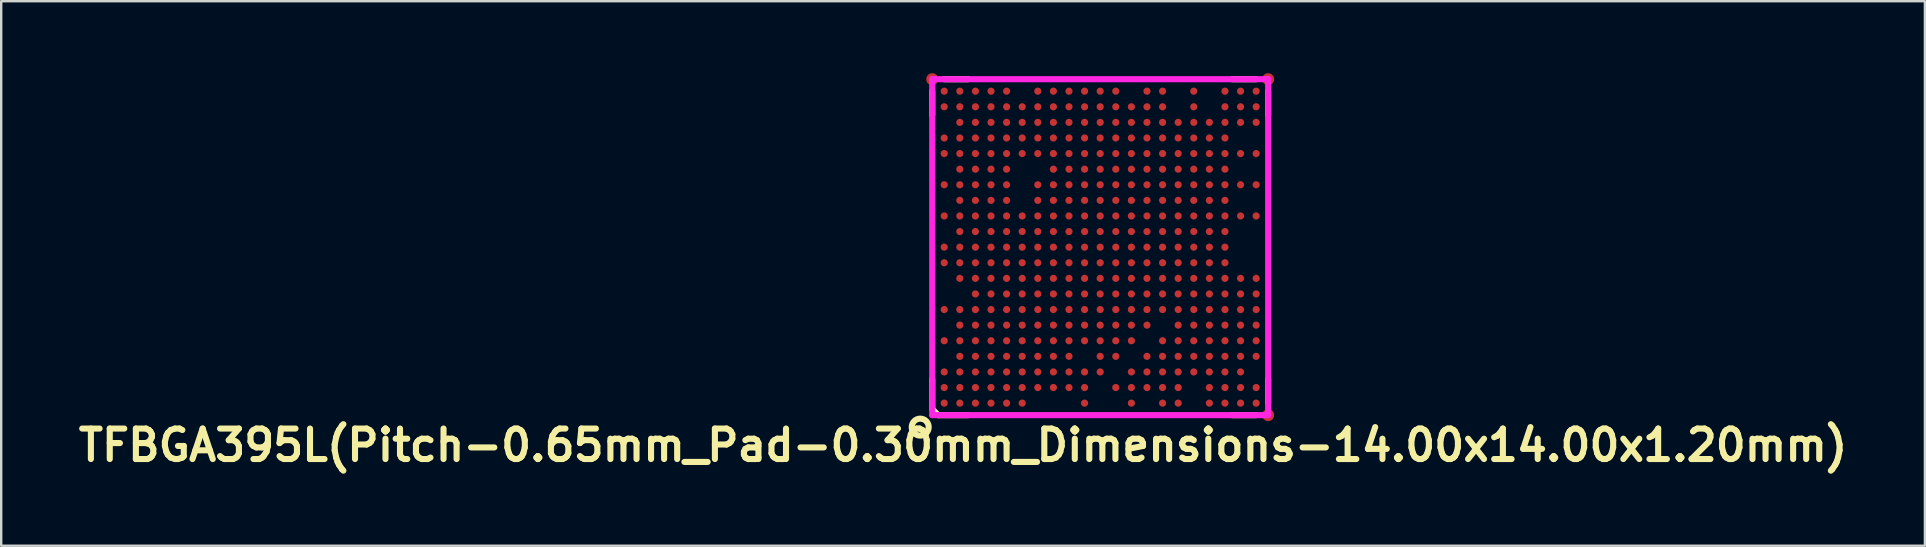
<source format=kicad_pcb>
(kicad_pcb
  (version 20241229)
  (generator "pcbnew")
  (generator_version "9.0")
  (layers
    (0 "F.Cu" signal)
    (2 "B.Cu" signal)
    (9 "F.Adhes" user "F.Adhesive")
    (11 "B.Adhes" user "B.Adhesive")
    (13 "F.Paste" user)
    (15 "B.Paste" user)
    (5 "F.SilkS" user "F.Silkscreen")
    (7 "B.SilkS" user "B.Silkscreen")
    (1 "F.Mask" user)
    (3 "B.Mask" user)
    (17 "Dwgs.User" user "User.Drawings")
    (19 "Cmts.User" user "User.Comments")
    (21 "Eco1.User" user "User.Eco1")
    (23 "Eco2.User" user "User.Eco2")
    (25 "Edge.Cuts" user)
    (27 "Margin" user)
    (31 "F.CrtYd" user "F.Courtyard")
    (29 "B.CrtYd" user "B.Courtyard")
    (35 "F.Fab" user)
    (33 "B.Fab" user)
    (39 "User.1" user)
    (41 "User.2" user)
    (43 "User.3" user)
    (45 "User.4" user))
  (footprint "TFBGA395L(Pitch-0.65mm_Pad-0.30mm_Dimensions-14.00x14.00x1.20mm)"
    (layer "F.Cu")
    (at 42.799 7.25)
    (property "Reference" "TFBGA395L(Pitch-0.65mm_Pad-0.30mm_Dimensions-14.00x14.00x1.20mm)" (at -5.715 8.255 0) (layer "F.SilkS") (effects (font (size 1.27 1.27) (thickness 0.254))))
    (attr smd)
    (fp_line (start -7 -6.5) (end -7 -5.5) (stroke (width 0.254) (type solid)) (layer "F.SilkS"))
    (fp_line (start -7 5.5) (end -7 6.75) (stroke (width 0.254) (type solid)) (layer "F.SilkS"))
    (fp_line (start -7 6.75) (end -6.75 7) (stroke (width 0.254) (type solid)) (layer "F.SilkS"))
    (fp_line (start -6.75 7) (end -5.5 7) (stroke (width 0.254) (type solid)) (layer "F.SilkS"))
    (fp_line (start -6.5 -7) (end -5.5 -7) (stroke (width 0.254) (type solid)) (layer "F.SilkS"))
    (fp_line (start 5.5 -7) (end 6.5 -7) (stroke (width 0.254) (type solid)) (layer "F.SilkS"))
    (fp_line (start 5.5 7) (end 6.5 7) (stroke (width 0.254) (type solid)) (layer "F.SilkS"))
    (fp_line (start 7 -6.5) (end 7 -5.5) (stroke (width 0.254) (type solid)) (layer "F.SilkS"))
    (fp_line (start 7 6.5) (end 7 5.5) (stroke (width 0.254) (type solid)) (layer "F.SilkS"))
    (fp_circle (center -7.5 7.5) (end -7.25 7.75) (stroke (width 0.254) (type solid)) (fill no) (layer "F.SilkS"))
    (fp_line (start -7 -7) (end 7 -7) (stroke (width 0.254) (type solid)) (layer "F.CrtYd"))
    (fp_line (start -7 7) (end -7 -7) (stroke (width 0.254) (type solid)) (layer "F.CrtYd"))
    (fp_line (start 7 -7) (end 7 7) (stroke (width 0.254) (type solid)) (layer "F.CrtYd"))
    (fp_line (start 7 7) (end -7 7) (stroke (width 0.254) (type solid)) (layer "F.CrtYd"))
    (pad "" smd rect (at -6.5 -6.5) (size 0.33 0.33) (layers "F.Paste"))
    (pad "" smd rect (at -6.5 -5.85) (size 0.33 0.33) (layers "F.Paste"))
    (pad "" smd rect (at -6.5 -4.55) (size 0.33 0.33) (layers "F.Paste"))
    (pad "" smd rect (at -6.5 -3.9) (size 0.33 0.33) (layers "F.Paste"))
    (pad "" smd rect (at -6.5 -2.6) (size 0.33 0.33) (layers "F.Paste"))
    (pad "" smd rect (at -6.5 -1.3) (size 0.33 0.33) (layers "F.Paste"))
    (pad "" smd rect (at -6.5 0) (size 0.33 0.33) (layers "F.Paste"))
    (pad "" smd rect (at -6.5 0.65) (size 0.33 0.33) (layers "F.Paste"))
    (pad "" smd rect (at -6.5 2.6) (size 0.33 0.33) (layers "F.Paste"))
    (pad "" smd rect (at -6.5 3.9) (size 0.33 0.33) (layers "F.Paste"))
    (pad "" smd rect (at -6.5 5.2) (size 0.33 0.33) (layers "F.Paste"))
    (pad "" smd rect (at -6.5 5.85) (size 0.33 0.33) (layers "F.Paste"))
    (pad "" smd rect (at -6.5 6.5) (size 0.33 0.33) (layers "F.Paste"))
    (pad "" smd rect (at -5.85 -6.5) (size 0.33 0.33) (layers "F.Paste"))
    (pad "" smd rect (at -5.85 -5.85) (size 0.33 0.33) (layers "F.Paste"))
    (pad "" smd rect (at -5.85 -5.2) (size 0.33 0.33) (layers "F.Paste"))
    (pad "" smd rect (at -5.85 -4.55) (size 0.33 0.33) (layers "F.Paste"))
    (pad "" smd rect (at -5.85 -3.9) (size 0.33 0.33) (layers "F.Paste"))
    (pad "" smd rect (at -5.85 -3.25) (size 0.33 0.33) (layers "F.Paste"))
    (pad "" smd rect (at -5.85 -2.6) (size 0.33 0.33) (layers "F.Paste"))
    (pad "" smd rect (at -5.85 -1.95) (size 0.33 0.33) (layers "F.Paste"))
    (pad "" smd rect (at -5.85 -1.3) (size 0.33 0.33) (layers "F.Paste"))
    (pad "" smd rect (at -5.85 -0.65) (size 0.33 0.33) (layers "F.Paste"))
    (pad "" smd rect (at -5.85 0) (size 0.33 0.33) (layers "F.Paste"))
    (pad "" smd rect (at -5.85 0.65) (size 0.33 0.33) (layers "F.Paste"))
    (pad "" smd rect (at -5.85 1.3) (size 0.33 0.33) (layers "F.Paste"))
    (pad "" smd rect (at -5.85 2.6) (size 0.33 0.33) (layers "F.Paste"))
    (pad "" smd rect (at -5.85 3.25) (size 0.33 0.33) (layers "F.Paste"))
    (pad "" smd rect (at -5.85 3.9) (size 0.33 0.33) (layers "F.Paste"))
    (pad "" smd rect (at -5.85 4.55) (size 0.33 0.33) (layers "F.Paste"))
    (pad "" smd rect (at -5.85 5.2) (size 0.33 0.33) (layers "F.Paste"))
    (pad "" smd rect (at -5.85 5.85) (size 0.33 0.33) (layers "F.Paste"))
    (pad "" smd rect (at -5.85 6.5) (size 0.33 0.33) (layers "F.Paste"))
    (pad "" smd rect (at -5.2 -6.5) (size 0.33 0.33) (layers "F.Paste"))
    (pad "" smd rect (at -5.2 -5.85) (size 0.33 0.33) (layers "F.Paste"))
    (pad "" smd rect (at -5.2 -5.2) (size 0.33 0.33) (layers "F.Paste"))
    (pad "" smd rect (at -5.2 -4.55) (size 0.33 0.33) (layers "F.Paste"))
    (pad "" smd rect (at -5.2 -3.9) (size 0.33 0.33) (layers "F.Paste"))
    (pad "" smd rect (at -5.2 -3.25) (size 0.33 0.33) (layers "F.Paste"))
    (pad "" smd rect (at -5.2 -2.6) (size 0.33 0.33) (layers "F.Paste"))
    (pad "" smd rect (at -5.2 -1.95) (size 0.33 0.33) (layers "F.Paste"))
    (pad "" smd rect (at -5.2 -1.3) (size 0.33 0.33) (layers "F.Paste"))
    (pad "" smd rect (at -5.2 -0.65) (size 0.33 0.33) (layers "F.Paste"))
    (pad "" smd rect (at -5.2 0) (size 0.33 0.33) (layers "F.Paste"))
    (pad "" smd rect (at -5.2 0.65) (size 0.33 0.33) (layers "F.Paste"))
    (pad "" smd rect (at -5.2 1.3) (size 0.33 0.33) (layers "F.Paste"))
    (pad "" smd rect (at -5.2 1.95) (size 0.33 0.33) (layers "F.Paste"))
    (pad "" smd rect (at -5.2 2.6) (size 0.33 0.33) (layers "F.Paste"))
    (pad "" smd rect (at -5.2 3.25) (size 0.33 0.33) (layers "F.Paste"))
    (pad "" smd rect (at -5.2 3.9) (size 0.33 0.33) (layers "F.Paste"))
    (pad "" smd rect (at -5.2 4.55) (size 0.33 0.33) (layers "F.Paste"))
    (pad "" smd rect (at -5.2 5.2) (size 0.33 0.33) (layers "F.Paste"))
    (pad "" smd rect (at -5.2 5.85) (size 0.33 0.33) (layers "F.Paste"))
    (pad "" smd rect (at -5.2 6.5) (size 0.33 0.33) (layers "F.Paste"))
    (pad "" smd rect (at -4.55 -6.5) (size 0.33 0.33) (layers "F.Paste"))
    (pad "" smd rect (at -4.55 -5.85) (size 0.33 0.33) (layers "F.Paste"))
    (pad "" smd rect (at -4.55 -5.2) (size 0.33 0.33) (layers "F.Paste"))
    (pad "" smd rect (at -4.55 -4.55) (size 0.33 0.33) (layers "F.Paste"))
    (pad "" smd rect (at -4.55 -3.9) (size 0.33 0.33) (layers "F.Paste"))
    (pad "" smd rect (at -4.55 -3.25) (size 0.33 0.33) (layers "F.Paste"))
    (pad "" smd rect (at -4.55 -2.6) (size 0.33 0.33) (layers "F.Paste"))
    (pad "" smd rect (at -4.55 -1.95) (size 0.33 0.33) (layers "F.Paste"))
    (pad "" smd rect (at -4.55 -1.3) (size 0.33 0.33) (layers "F.Paste"))
    (pad "" smd rect (at -4.55 -0.65) (size 0.33 0.33) (layers "F.Paste"))
    (pad "" smd rect (at -4.55 0) (size 0.33 0.33) (layers "F.Paste"))
    (pad "" smd rect (at -4.55 0.65) (size 0.33 0.33) (layers "F.Paste"))
    (pad "" smd rect (at -4.55 1.3) (size 0.33 0.33) (layers "F.Paste"))
    (pad "" smd rect (at -4.55 1.95) (size 0.33 0.33) (layers "F.Paste"))
    (pad "" smd rect (at -4.55 2.6) (size 0.33 0.33) (layers "F.Paste"))
    (pad "" smd rect (at -4.55 3.25) (size 0.33 0.33) (layers "F.Paste"))
    (pad "" smd rect (at -4.55 3.9) (size 0.33 0.33) (layers "F.Paste"))
    (pad "" smd rect (at -4.55 4.55) (size 0.33 0.33) (layers "F.Paste"))
    (pad "" smd rect (at -4.55 5.2) (size 0.33 0.33) (layers "F.Paste"))
    (pad "" smd rect (at -4.55 5.85) (size 0.33 0.33) (layers "F.Paste"))
    (pad "" smd rect (at -4.55 6.5) (size 0.33 0.33) (layers "F.Paste"))
    (pad "" smd rect (at -3.9 -6.5) (size 0.33 0.33) (layers "F.Paste"))
    (pad "" smd rect (at -3.9 -5.85) (size 0.33 0.33) (layers "F.Paste"))
    (pad "" smd rect (at -3.9 -5.2) (size 0.33 0.33) (layers "F.Paste"))
    (pad "" smd rect (at -3.9 -4.55) (size 0.33 0.33) (layers "F.Paste"))
    (pad "" smd rect (at -3.9 -3.9) (size 0.33 0.33) (layers "F.Paste"))
    (pad "" smd rect (at -3.9 -3.25) (size 0.33 0.33) (layers "F.Paste"))
    (pad "" smd rect (at -3.9 -2.6) (size 0.33 0.33) (layers "F.Paste"))
    (pad "" smd rect (at -3.9 -1.95) (size 0.33 0.33) (layers "F.Paste"))
    (pad "" smd rect (at -3.9 -1.3) (size 0.33 0.33) (layers "F.Paste"))
    (pad "" smd rect (at -3.9 -0.65) (size 0.33 0.33) (layers "F.Paste"))
    (pad "" smd rect (at -3.9 0) (size 0.33 0.33) (layers "F.Paste"))
    (pad "" smd rect (at -3.9 0.65) (size 0.33 0.33) (layers "F.Paste"))
    (pad "" smd rect (at -3.9 1.3) (size 0.33 0.33) (layers "F.Paste"))
    (pad "" smd rect (at -3.9 1.95) (size 0.33 0.33) (layers "F.Paste"))
    (pad "" smd rect (at -3.9 2.6) (size 0.33 0.33) (layers "F.Paste"))
    (pad "" smd rect (at -3.9 3.25) (size 0.33 0.33) (layers "F.Paste"))
    (pad "" smd rect (at -3.9 3.9) (size 0.33 0.33) (layers "F.Paste"))
    (pad "" smd rect (at -3.9 4.55) (size 0.33 0.33) (layers "F.Paste"))
    (pad "" smd rect (at -3.9 5.2) (size 0.33 0.33) (layers "F.Paste"))
    (pad "" smd rect (at -3.9 5.85) (size 0.33 0.33) (layers "F.Paste"))
    (pad "" smd rect (at -3.9 6.5) (size 0.33 0.33) (layers "F.Paste"))
    (pad "" smd rect (at -3.25 -5.85) (size 0.33 0.33) (layers "F.Paste"))
    (pad "" smd rect (at -3.25 -5.2) (size 0.33 0.33) (layers "F.Paste"))
    (pad "" smd rect (at -3.25 -4.55) (size 0.33 0.33) (layers "F.Paste"))
    (pad "" smd rect (at -3.25 -3.9) (size 0.33 0.33) (layers "F.Paste"))
    (pad "" smd rect (at -3.25 -1.3) (size 0.33 0.33) (layers "F.Paste"))
    (pad "" smd rect (at -3.25 -0.65) (size 0.33 0.33) (layers "F.Paste"))
    (pad "" smd rect (at -3.25 0) (size 0.33 0.33) (layers "F.Paste"))
    (pad "" smd rect (at -3.25 0.65) (size 0.33 0.33) (layers "F.Paste"))
    (pad "" smd rect (at -3.25 1.3) (size 0.33 0.33) (layers "F.Paste"))
    (pad "" smd rect (at -3.25 1.95) (size 0.33 0.33) (layers "F.Paste"))
    (pad "" smd rect (at -3.25 2.6) (size 0.33 0.33) (layers "F.Paste"))
    (pad "" smd rect (at -3.25 3.25) (size 0.33 0.33) (layers "F.Paste"))
    (pad "" smd rect (at -3.25 3.9) (size 0.33 0.33) (layers "F.Paste"))
    (pad "" smd rect (at -3.25 4.55) (size 0.33 0.33) (layers "F.Paste"))
    (pad "" smd rect (at -3.25 5.2) (size 0.33 0.33) (layers "F.Paste"))
    (pad "" smd rect (at -3.25 5.85) (size 0.33 0.33) (layers "F.Paste"))
    (pad "" smd rect (at -3.25 6.5) (size 0.33 0.33) (layers "F.Paste"))
    (pad "" smd rect (at -2.6 -6.5) (size 0.33 0.33) (layers "F.Paste"))
    (pad "" smd rect (at -2.6 -5.85) (size 0.33 0.33) (layers "F.Paste"))
    (pad "" smd rect (at -2.6 -5.2) (size 0.33 0.33) (layers "F.Paste"))
    (pad "" smd rect (at -2.6 -4.55) (size 0.33 0.33) (layers "F.Paste"))
    (pad "" smd rect (at -2.6 -3.9) (size 0.33 0.33) (layers "F.Paste"))
    (pad "" smd rect (at -2.6 -2.6) (size 0.33 0.33) (layers "F.Paste"))
    (pad "" smd rect (at -2.6 -1.95) (size 0.33 0.33) (layers "F.Paste"))
    (pad "" smd rect (at -2.6 -1.3) (size 0.33 0.33) (layers "F.Paste"))
    (pad "" smd rect (at -2.6 -0.65) (size 0.33 0.33) (layers "F.Paste"))
    (pad "" smd rect (at -2.6 0) (size 0.33 0.33) (layers "F.Paste"))
    (pad "" smd rect (at -2.6 0.65) (size 0.33 0.33) (layers "F.Paste"))
    (pad "" smd rect (at -2.6 1.3) (size 0.33 0.33) (layers "F.Paste"))
    (pad "" smd rect (at -2.6 1.95) (size 0.33 0.33) (layers "F.Paste"))
    (pad "" smd rect (at -2.6 2.6) (size 0.33 0.33) (layers "F.Paste"))
    (pad "" smd rect (at -2.6 3.25) (size 0.33 0.33) (layers "F.Paste"))
    (pad "" smd rect (at -2.6 3.9) (size 0.33 0.33) (layers "F.Paste"))
    (pad "" smd rect (at -2.6 4.55) (size 0.33 0.33) (layers "F.Paste"))
    (pad "" smd rect (at -2.6 5.2) (size 0.33 0.33) (layers "F.Paste"))
    (pad "" smd rect (at -2.6 5.85) (size 0.33 0.33) (layers "F.Paste"))
    (pad "" smd rect (at -1.95 -6.5) (size 0.33 0.33) (layers "F.Paste"))
    (pad "" smd rect (at -1.95 -5.85) (size 0.33 0.33) (layers "F.Paste"))
    (pad "" smd rect (at -1.95 -5.2) (size 0.33 0.33) (layers "F.Paste"))
    (pad "" smd rect (at -1.95 -4.55) (size 0.33 0.33) (layers "F.Paste"))
    (pad "" smd rect (at -1.95 -3.9) (size 0.33 0.33) (layers "F.Paste"))
    (pad "" smd rect (at -1.95 -3.25) (size 0.33 0.33) (layers "F.Paste"))
    (pad "" smd rect (at -1.95 -2.6) (size 0.33 0.33) (layers "F.Paste"))
    (pad "" smd rect (at -1.95 -1.95) (size 0.33 0.33) (layers "F.Paste"))
    (pad "" smd rect (at -1.95 -1.3) (size 0.33 0.33) (layers "F.Paste"))
    (pad "" smd rect (at -1.95 -0.65) (size 0.33 0.33) (layers "F.Paste"))
    (pad "" smd rect (at -1.95 0) (size 0.33 0.33) (layers "F.Paste"))
    (pad "" smd rect (at -1.95 0.65) (size 0.33 0.33) (layers "F.Paste"))
    (pad "" smd rect (at -1.95 1.3) (size 0.33 0.33) (layers "F.Paste"))
    (pad "" smd rect (at -1.95 1.95) (size 0.33 0.33) (layers "F.Paste"))
    (pad "" smd rect (at -1.95 2.6) (size 0.33 0.33) (layers "F.Paste"))
    (pad "" smd rect (at -1.95 3.25) (size 0.33 0.33) (layers "F.Paste"))
    (pad "" smd rect (at -1.95 3.9) (size 0.33 0.33) (layers "F.Paste"))
    (pad "" smd rect (at -1.95 4.55) (size 0.33 0.33) (layers "F.Paste"))
    (pad "" smd rect (at -1.95 5.2) (size 0.33 0.33) (layers "F.Paste"))
    (pad "" smd rect (at -1.95 5.85) (size 0.33 0.33) (layers "F.Paste"))
    (pad "" smd rect (at -1.3 -6.5) (size 0.33 0.33) (layers "F.Paste"))
    (pad "" smd rect (at -1.3 -5.85) (size 0.33 0.33) (layers "F.Paste"))
    (pad "" smd rect (at -1.3 -5.2) (size 0.33 0.33) (layers "F.Paste"))
    (pad "" smd rect (at -1.3 -4.55) (size 0.33 0.33) (layers "F.Paste"))
    (pad "" smd rect (at -1.3 -3.9) (size 0.33 0.33) (layers "F.Paste"))
    (pad "" smd rect (at -1.3 -3.25) (size 0.33 0.33) (layers "F.Paste"))
    (pad "" smd rect (at -1.3 -2.6) (size 0.33 0.33) (layers "F.Paste"))
    (pad "" smd rect (at -1.3 -1.95) (size 0.33 0.33) (layers "F.Paste"))
    (pad "" smd rect (at -1.3 -1.3) (size 0.33 0.33) (layers "F.Paste"))
    (pad "" smd rect (at -1.3 -0.65) (size 0.33 0.33) (layers "F.Paste"))
    (pad "" smd rect (at -1.3 0) (size 0.33 0.33) (layers "F.Paste"))
    (pad "" smd rect (at -1.3 0.65) (size 0.33 0.33) (layers "F.Paste"))
    (pad "" smd rect (at -1.3 1.3) (size 0.33 0.33) (layers "F.Paste"))
    (pad "" smd rect (at -1.3 1.95) (size 0.33 0.33) (layers "F.Paste"))
    (pad "" smd rect (at -1.3 2.6) (size 0.33 0.33) (layers "F.Paste"))
    (pad "" smd rect (at -1.3 3.25) (size 0.33 0.33) (layers "F.Paste"))
    (pad "" smd rect (at -1.3 3.9) (size 0.33 0.33) (layers "F.Paste"))
    (pad "" smd rect (at -1.3 4.55) (size 0.33 0.33) (layers "F.Paste"))
    (pad "" smd rect (at -1.3 5.2) (size 0.33 0.33) (layers "F.Paste"))
    (pad "" smd rect (at -1.3 5.85) (size 0.33 0.33) (layers "F.Paste"))
    (pad "" smd rect (at -0.65 -6.5) (size 0.33 0.33) (layers "F.Paste"))
    (pad "" smd rect (at -0.65 -5.85) (size 0.33 0.33) (layers "F.Paste"))
    (pad "" smd rect (at -0.65 -5.2) (size 0.33 0.33) (layers "F.Paste"))
    (pad "" smd rect (at -0.65 -4.55) (size 0.33 0.33) (layers "F.Paste"))
    (pad "" smd rect (at -0.65 -3.9) (size 0.33 0.33) (layers "F.Paste"))
    (pad "" smd rect (at -0.65 -3.25) (size 0.33 0.33) (layers "F.Paste"))
    (pad "" smd rect (at -0.65 -2.6) (size 0.33 0.33) (layers "F.Paste"))
    (pad "" smd rect (at -0.65 -1.95) (size 0.33 0.33) (layers "F.Paste"))
    (pad "" smd rect (at -0.65 -1.3) (size 0.33 0.33) (layers "F.Paste"))
    (pad "" smd rect (at -0.65 -0.65) (size 0.33 0.33) (layers "F.Paste"))
    (pad "" smd rect (at -0.65 0) (size 0.33 0.33) (layers "F.Paste"))
    (pad "" smd rect (at -0.65 0.65) (size 0.33 0.33) (layers "F.Paste"))
    (pad "" smd rect (at -0.65 1.3) (size 0.33 0.33) (layers "F.Paste"))
    (pad "" smd rect (at -0.65 1.95) (size 0.33 0.33) (layers "F.Paste"))
    (pad "" smd rect (at -0.65 2.6) (size 0.33 0.33) (layers "F.Paste"))
    (pad "" smd rect (at -0.65 3.25) (size 0.33 0.33) (layers "F.Paste"))
    (pad "" smd rect (at -0.65 3.9) (size 0.33 0.33) (layers "F.Paste"))
    (pad "" smd rect (at -0.65 5.2) (size 0.33 0.33) (layers "F.Paste"))
    (pad "" smd rect (at -0.65 5.85) (size 0.33 0.33) (layers "F.Paste"))
    (pad "" smd rect (at -0.65 6.5) (size 0.33 0.33) (layers "F.Paste"))
    (pad "" smd rect (at 0 -6.5) (size 0.33 0.33) (layers "F.Paste"))
    (pad "" smd rect (at 0 -5.85) (size 0.33 0.33) (layers "F.Paste"))
    (pad "" smd rect (at 0 -5.2) (size 0.33 0.33) (layers "F.Paste"))
    (pad "" smd rect (at 0 -4.55) (size 0.33 0.33) (layers "F.Paste"))
    (pad "" smd rect (at 0 -3.9) (size 0.33 0.33) (layers "F.Paste"))
    (pad "" smd rect (at 0 -3.25) (size 0.33 0.33) (layers "F.Paste"))
    (pad "" smd rect (at 0 -2.6) (size 0.33 0.33) (layers "F.Paste"))
    (pad "" smd rect (at 0 -1.95) (size 0.33 0.33) (layers "F.Paste"))
    (pad "" smd rect (at 0 -1.3) (size 0.33 0.33) (layers "F.Paste"))
    (pad "" smd rect (at 0 -0.65) (size 0.33 0.33) (layers "F.Paste"))
    (pad "" smd rect (at 0 0) (size 0.33 0.33) (layers "F.Paste"))
    (pad "" smd rect (at 0 0.65) (size 0.33 0.33) (layers "F.Paste"))
    (pad "" smd rect (at 0 1.3) (size 0.33 0.33) (layers "F.Paste"))
    (pad "" smd rect (at 0 1.95) (size 0.33 0.33) (layers "F.Paste"))
    (pad "" smd rect (at 0 2.6) (size 0.33 0.33) (layers "F.Paste"))
    (pad "" smd rect (at 0 3.25) (size 0.33 0.33) (layers "F.Paste"))
    (pad "" smd rect (at 0 3.9) (size 0.33 0.33) (layers "F.Paste"))
    (pad "" smd rect (at 0 4.55) (size 0.33 0.33) (layers "F.Paste"))
    (pad "" smd rect (at 0 5.2) (size 0.33 0.33) (layers "F.Paste"))
    (pad "" smd rect (at 0.65 -6.5) (size 0.33 0.33) (layers "F.Paste"))
    (pad "" smd rect (at 0.65 -5.85) (size 0.33 0.33) (layers "F.Paste"))
    (pad "" smd rect (at 0.65 -5.2) (size 0.33 0.33) (layers "F.Paste"))
    (pad "" smd rect (at 0.65 -4.55) (size 0.33 0.33) (layers "F.Paste"))
    (pad "" smd rect (at 0.65 -3.9) (size 0.33 0.33) (layers "F.Paste"))
    (pad "" smd rect (at 0.65 -3.25) (size 0.33 0.33) (layers "F.Paste"))
    (pad "" smd rect (at 0.65 -2.6) (size 0.33 0.33) (layers "F.Paste"))
    (pad "" smd rect (at 0.65 -1.95) (size 0.33 0.33) (layers "F.Paste"))
    (pad "" smd rect (at 0.65 -1.3) (size 0.33 0.33) (layers "F.Paste"))
    (pad "" smd rect (at 0.65 -0.65) (size 0.33 0.33) (layers "F.Paste"))
    (pad "" smd rect (at 0.65 0) (size 0.33 0.33) (layers "F.Paste"))
    (pad "" smd rect (at 0.65 0.65) (size 0.33 0.33) (layers "F.Paste"))
    (pad "" smd rect (at 0.65 1.3) (size 0.33 0.33) (layers "F.Paste"))
    (pad "" smd rect (at 0.65 1.95) (size 0.33 0.33) (layers "F.Paste"))
    (pad "" smd rect (at 0.65 2.6) (size 0.33 0.33) (layers "F.Paste"))
    (pad "" smd rect (at 0.65 3.25) (size 0.33 0.33) (layers "F.Paste"))
    (pad "" smd rect (at 0.65 3.9) (size 0.33 0.33) (layers "F.Paste"))
    (pad "" smd rect (at 0.65 4.55) (size 0.33 0.33) (layers "F.Paste"))
    (pad "" smd rect (at 0.65 5.85) (size 0.33 0.33) (layers "F.Paste"))
    (pad "" smd rect (at 1.3 -5.85) (size 0.33 0.33) (layers "F.Paste"))
    (pad "" smd rect (at 1.3 -5.2) (size 0.33 0.33) (layers "F.Paste"))
    (pad "" smd rect (at 1.3 -4.55) (size 0.33 0.33) (layers "F.Paste"))
    (pad "" smd rect (at 1.3 -3.9) (size 0.33 0.33) (layers "F.Paste"))
    (pad "" smd rect (at 1.3 -3.25) (size 0.33 0.33) (layers "F.Paste"))
    (pad "" smd rect (at 1.3 -2.6) (size 0.33 0.33) (layers "F.Paste"))
    (pad "" smd rect (at 1.3 -1.95) (size 0.33 0.33) (layers "F.Paste"))
    (pad "" smd rect (at 1.3 -1.3) (size 0.33 0.33) (layers "F.Paste"))
    (pad "" smd rect (at 1.3 -0.65) (size 0.33 0.33) (layers "F.Paste"))
    (pad "" smd rect (at 1.3 0) (size 0.33 0.33) (layers "F.Paste"))
    (pad "" smd rect (at 1.3 0.65) (size 0.33 0.33) (layers "F.Paste"))
    (pad "" smd rect (at 1.3 1.3) (size 0.33 0.33) (layers "F.Paste"))
    (pad "" smd rect (at 1.3 1.95) (size 0.33 0.33) (layers "F.Paste"))
    (pad "" smd rect (at 1.3 2.6) (size 0.33 0.33) (layers "F.Paste"))
    (pad "" smd rect (at 1.3 3.25) (size 0.33 0.33) (layers "F.Paste"))
    (pad "" smd rect (at 1.3 3.9) (size 0.33 0.33) (layers "F.Paste"))
    (pad "" smd rect (at 1.3 5.2) (size 0.33 0.33) (layers "F.Paste"))
    (pad "" smd rect (at 1.3 5.85) (size 0.33 0.33) (layers "F.Paste"))
    (pad "" smd rect (at 1.3 6.5) (size 0.33 0.33) (layers "F.Paste"))
    (pad "" smd rect (at 1.95 -6.5) (size 0.33 0.33) (layers "F.Paste"))
    (pad "" smd rect (at 1.95 -5.85) (size 0.33 0.33) (layers "F.Paste"))
    (pad "" smd rect (at 1.95 -5.2) (size 0.33 0.33) (layers "F.Paste"))
    (pad "" smd rect (at 1.95 -4.55) (size 0.33 0.33) (layers "F.Paste"))
    (pad "" smd rect (at 1.95 -3.9) (size 0.33 0.33) (layers "F.Paste"))
    (pad "" smd rect (at 1.95 -3.25) (size 0.33 0.33) (layers "F.Paste"))
    (pad "" smd rect (at 1.95 -2.6) (size 0.33 0.33) (layers "F.Paste"))
    (pad "" smd rect (at 1.95 -1.95) (size 0.33 0.33) (layers "F.Paste"))
    (pad "" smd rect (at 1.95 -1.3) (size 0.33 0.33) (layers "F.Paste"))
    (pad "" smd rect (at 1.95 -0.65) (size 0.33 0.33) (layers "F.Paste"))
    (pad "" smd rect (at 1.95 0) (size 0.33 0.33) (layers "F.Paste"))
    (pad "" smd rect (at 1.95 0.65) (size 0.33 0.33) (layers "F.Paste"))
    (pad "" smd rect (at 1.95 1.3) (size 0.33 0.33) (layers "F.Paste"))
    (pad "" smd rect (at 1.95 1.95) (size 0.33 0.33) (layers "F.Paste"))
    (pad "" smd rect (at 1.95 2.6) (size 0.33 0.33) (layers "F.Paste"))
    (pad "" smd rect (at 1.95 3.25) (size 0.33 0.33) (layers "F.Paste"))
    (pad "" smd rect (at 1.95 4.55) (size 0.33 0.33) (layers "F.Paste"))
    (pad "" smd rect (at 1.95 5.2) (size 0.33 0.33) (layers "F.Paste"))
    (pad "" smd rect (at 1.95 5.85) (size 0.33 0.33) (layers "F.Paste"))
    (pad "" smd rect (at 2.6 -6.5) (size 0.33 0.33) (layers "F.Paste"))
    (pad "" smd rect (at 2.6 -5.85) (size 0.33 0.33) (layers "F.Paste"))
    (pad "" smd rect (at 2.6 -5.2) (size 0.33 0.33) (layers "F.Paste"))
    (pad "" smd rect (at 2.6 -4.55) (size 0.33 0.33) (layers "F.Paste"))
    (pad "" smd rect (at 2.6 -3.9) (size 0.33 0.33) (layers "F.Paste"))
    (pad "" smd rect (at 2.6 -3.25) (size 0.33 0.33) (layers "F.Paste"))
    (pad "" smd rect (at 2.6 -2.6) (size 0.33 0.33) (layers "F.Paste"))
    (pad "" smd rect (at 2.6 -1.95) (size 0.33 0.33) (layers "F.Paste"))
    (pad "" smd rect (at 2.6 -1.3) (size 0.33 0.33) (layers "F.Paste"))
    (pad "" smd rect (at 2.6 -0.65) (size 0.33 0.33) (layers "F.Paste"))
    (pad "" smd rect (at 2.6 0) (size 0.33 0.33) (layers "F.Paste"))
    (pad "" smd rect (at 2.6 0.65) (size 0.33 0.33) (layers "F.Paste"))
    (pad "" smd rect (at 2.6 1.3) (size 0.33 0.33) (layers "F.Paste"))
    (pad "" smd rect (at 2.6 1.95) (size 0.33 0.33) (layers "F.Paste"))
    (pad "" smd rect (at 2.6 2.6) (size 0.33 0.33) (layers "F.Paste"))
    (pad "" smd rect (at 2.6 3.9) (size 0.33 0.33) (layers "F.Paste"))
    (pad "" smd rect (at 2.6 4.55) (size 0.33 0.33) (layers "F.Paste"))
    (pad "" smd rect (at 2.6 5.2) (size 0.33 0.33) (layers "F.Paste"))
    (pad "" smd rect (at 2.6 5.85) (size 0.33 0.33) (layers "F.Paste"))
    (pad "" smd rect (at 2.6 6.5) (size 0.33 0.33) (layers "F.Paste"))
    (pad "" smd rect (at 3.25 -5.2) (size 0.33 0.33) (layers "F.Paste"))
    (pad "" smd rect (at 3.25 -4.55) (size 0.33 0.33) (layers "F.Paste"))
    (pad "" smd rect (at 3.25 -3.9) (size 0.33 0.33) (layers "F.Paste"))
    (pad "" smd rect (at 3.25 -3.25) (size 0.33 0.33) (layers "F.Paste"))
    (pad "" smd rect (at 3.25 -2.6) (size 0.33 0.33) (layers "F.Paste"))
    (pad "" smd rect (at 3.25 -1.95) (size 0.33 0.33) (layers "F.Paste"))
    (pad "" smd rect (at 3.25 -1.3) (size 0.33 0.33) (layers "F.Paste"))
    (pad "" smd rect (at 3.25 -0.65) (size 0.33 0.33) (layers "F.Paste"))
    (pad "" smd rect (at 3.25 0) (size 0.33 0.33) (layers "F.Paste"))
    (pad "" smd rect (at 3.25 0.65) (size 0.33 0.33) (layers "F.Paste"))
    (pad "" smd rect (at 3.25 1.3) (size 0.33 0.33) (layers "F.Paste"))
    (pad "" smd rect (at 3.25 1.95) (size 0.33 0.33) (layers "F.Paste"))
    (pad "" smd rect (at 3.25 2.6) (size 0.33 0.33) (layers "F.Paste"))
    (pad "" smd rect (at 3.25 3.25) (size 0.33 0.33) (layers "F.Paste"))
    (pad "" smd rect (at 3.25 3.9) (size 0.33 0.33) (layers "F.Paste"))
    (pad "" smd rect (at 3.25 4.55) (size 0.33 0.33) (layers "F.Paste"))
    (pad "" smd rect (at 3.25 5.2) (size 0.33 0.33) (layers "F.Paste"))
    (pad "" smd rect (at 3.25 5.85) (size 0.33 0.33) (layers "F.Paste"))
    (pad "" smd rect (at 3.25 6.5) (size 0.33 0.33) (layers "F.Paste"))
    (pad "" smd rect (at 3.9 -6.5) (size 0.33 0.33) (layers "F.Paste"))
    (pad "" smd rect (at 3.9 -5.85) (size 0.33 0.33) (layers "F.Paste"))
    (pad "" smd rect (at 3.9 -5.2) (size 0.33 0.33) (layers "F.Paste"))
    (pad "" smd rect (at 3.9 -4.55) (size 0.33 0.33) (layers "F.Paste"))
    (pad "" smd rect (at 3.9 -3.9) (size 0.33 0.33) (layers "F.Paste"))
    (pad "" smd rect (at 3.9 -3.25) (size 0.33 0.33) (layers "F.Paste"))
    (pad "" smd rect (at 3.9 -2.6) (size 0.33 0.33) (layers "F.Paste"))
    (pad "" smd rect (at 3.9 -1.95) (size 0.33 0.33) (layers "F.Paste"))
    (pad "" smd rect (at 3.9 -1.3) (size 0.33 0.33) (layers "F.Paste"))
    (pad "" smd rect (at 3.9 -0.65) (size 0.33 0.33) (layers "F.Paste"))
    (pad "" smd rect (at 3.9 0) (size 0.33 0.33) (layers "F.Paste"))
    (pad "" smd rect (at 3.9 0.65) (size 0.33 0.33) (layers "F.Paste"))
    (pad "" smd rect (at 3.9 1.3) (size 0.33 0.33) (layers "F.Paste"))
    (pad "" smd rect (at 3.9 1.95) (size 0.33 0.33) (layers "F.Paste"))
    (pad "" smd rect (at 3.9 2.6) (size 0.33 0.33) (layers "F.Paste"))
    (pad "" smd rect (at 3.9 3.25) (size 0.33 0.33) (layers "F.Paste"))
    (pad "" smd rect (at 3.9 3.9) (size 0.33 0.33) (layers "F.Paste"))
    (pad "" smd rect (at 3.9 4.55) (size 0.33 0.33) (layers "F.Paste"))
    (pad "" smd rect (at 3.9 5.2) (size 0.33 0.33) (layers "F.Paste"))
    (pad "" smd rect (at 4.55 -5.2) (size 0.33 0.33) (layers "F.Paste"))
    (pad "" smd rect (at 4.55 -4.55) (size 0.33 0.33) (layers "F.Paste"))
    (pad "" smd rect (at 4.55 -3.9) (size 0.33 0.33) (layers "F.Paste"))
    (pad "" smd rect (at 4.55 -3.25) (size 0.33 0.33) (layers "F.Paste"))
    (pad "" smd rect (at 4.55 -2.6) (size 0.33 0.33) (layers "F.Paste"))
    (pad "" smd rect (at 4.55 -1.95) (size 0.33 0.33) (layers "F.Paste"))
    (pad "" smd rect (at 4.55 -1.3) (size 0.33 0.33) (layers "F.Paste"))
    (pad "" smd rect (at 4.55 -0.65) (size 0.33 0.33) (layers "F.Paste"))
    (pad "" smd rect (at 4.55 0) (size 0.33 0.33) (layers "F.Paste"))
    (pad "" smd rect (at 4.55 0.65) (size 0.33 0.33) (layers "F.Paste"))
    (pad "" smd rect (at 4.55 1.3) (size 0.33 0.33) (layers "F.Paste"))
    (pad "" smd rect (at 4.55 1.95) (size 0.33 0.33) (layers "F.Paste"))
    (pad "" smd rect (at 4.55 2.6) (size 0.33 0.33) (layers "F.Paste"))
    (pad "" smd rect (at 4.55 3.25) (size 0.33 0.33) (layers "F.Paste"))
    (pad "" smd rect (at 4.55 3.9) (size 0.33 0.33) (layers "F.Paste"))
    (pad "" smd rect (at 4.55 4.55) (size 0.33 0.33) (layers "F.Paste"))
    (pad "" smd rect (at 4.55 5.2) (size 0.33 0.33) (layers "F.Paste"))
    (pad "" smd rect (at 4.55 5.85) (size 0.33 0.33) (layers "F.Paste"))
    (pad "" smd rect (at 4.55 6.5) (size 0.33 0.33) (layers "F.Paste"))
    (pad "" smd rect (at 5.2 -6.5) (size 0.33 0.33) (layers "F.Paste"))
    (pad "" smd rect (at 5.2 -5.85) (size 0.33 0.33) (layers "F.Paste"))
    (pad "" smd rect (at 5.2 -5.2) (size 0.33 0.33) (layers "F.Paste"))
    (pad "" smd rect (at 5.2 -4.55) (size 0.33 0.33) (layers "F.Paste"))
    (pad "" smd rect (at 5.2 -3.9) (size 0.33 0.33) (layers "F.Paste"))
    (pad "" smd rect (at 5.2 -3.25) (size 0.33 0.33) (layers "F.Paste"))
    (pad "" smd rect (at 5.2 -2.6) (size 0.33 0.33) (layers "F.Paste"))
    (pad "" smd rect (at 5.2 -1.95) (size 0.33 0.33) (layers "F.Paste"))
    (pad "" smd rect (at 5.2 -1.3) (size 0.33 0.33) (layers "F.Paste"))
    (pad "" smd rect (at 5.2 -0.65) (size 0.33 0.33) (layers "F.Paste"))
    (pad "" smd rect (at 5.2 0) (size 0.33 0.33) (layers "F.Paste"))
    (pad "" smd rect (at 5.2 0.65) (size 0.33 0.33) (layers "F.Paste"))
    (pad "" smd rect (at 5.2 1.3) (size 0.33 0.33) (layers "F.Paste"))
    (pad "" smd rect (at 5.2 1.95) (size 0.33 0.33) (layers "F.Paste"))
    (pad "" smd rect (at 5.2 2.6) (size 0.33 0.33) (layers "F.Paste"))
    (pad "" smd rect (at 5.2 3.25) (size 0.33 0.33) (layers "F.Paste"))
    (pad "" smd rect (at 5.2 3.9) (size 0.33 0.33) (layers "F.Paste"))
    (pad "" smd rect (at 5.2 4.55) (size 0.33 0.33) (layers "F.Paste"))
    (pad "" smd rect (at 5.2 5.2) (size 0.33 0.33) (layers "F.Paste"))
    (pad "" smd rect (at 5.2 5.85) (size 0.33 0.33) (layers "F.Paste"))
    (pad "" smd rect (at 5.2 6.5) (size 0.33 0.33) (layers "F.Paste"))
    (pad "" smd rect (at 5.85 -6.5) (size 0.33 0.33) (layers "F.Paste"))
    (pad "" smd rect (at 5.85 -5.85) (size 0.33 0.33) (layers "F.Paste"))
    (pad "" smd rect (at 5.85 -5.2) (size 0.33 0.33) (layers "F.Paste"))
    (pad "" smd rect (at 5.85 -3.9) (size 0.33 0.33) (layers "F.Paste"))
    (pad "" smd rect (at 5.85 -2.6) (size 0.33 0.33) (layers "F.Paste"))
    (pad "" smd rect (at 5.85 -1.3) (size 0.33 0.33) (layers "F.Paste"))
    (pad "" smd rect (at 5.85 1.3) (size 0.33 0.33) (layers "F.Paste"))
    (pad "" smd rect (at 5.85 1.95) (size 0.33 0.33) (layers "F.Paste"))
    (pad "" smd rect (at 5.85 2.6) (size 0.33 0.33) (layers "F.Paste"))
    (pad "" smd rect (at 5.85 3.25) (size 0.33 0.33) (layers "F.Paste"))
    (pad "" smd rect (at 5.85 3.9) (size 0.33 0.33) (layers "F.Paste"))
    (pad "" smd rect (at 5.85 4.55) (size 0.33 0.33) (layers "F.Paste"))
    (pad "" smd rect (at 5.85 5.2) (size 0.33 0.33) (layers "F.Paste"))
    (pad "" smd rect (at 5.85 5.85) (size 0.33 0.33) (layers "F.Paste"))
    (pad "" smd rect (at 5.85 6.5) (size 0.33 0.33) (layers "F.Paste"))
    (pad "" smd rect (at 6.5 -6.5) (size 0.33 0.33) (layers "F.Paste"))
    (pad "" smd rect (at 6.5 -5.85) (size 0.33 0.33) (layers "F.Paste"))
    (pad "" smd rect (at 6.5 -5.2) (size 0.33 0.33) (layers "F.Paste"))
    (pad "" smd rect (at 6.5 -3.9) (size 0.33 0.33) (layers "F.Paste"))
    (pad "" smd rect (at 6.5 -2.6) (size 0.33 0.33) (layers "F.Paste"))
    (pad "" smd rect (at 6.5 -1.3) (size 0.33 0.33) (layers "F.Paste"))
    (pad "" smd rect (at 6.5 1.3) (size 0.33 0.33) (layers "F.Paste"))
    (pad "" smd rect (at 6.5 1.95) (size 0.33 0.33) (layers "F.Paste"))
    (pad "" smd rect (at 6.5 2.6) (size 0.33 0.33) (layers "F.Paste"))
    (pad "" smd rect (at 6.5 3.25) (size 0.33 0.33) (layers "F.Paste"))
    (pad "" smd rect (at 6.5 3.9) (size 0.33 0.33) (layers "F.Paste"))
    (pad "" smd rect (at 6.5 4.55) (size 0.33 0.33) (layers "F.Paste"))
    (pad "" smd rect (at 6.5 5.85) (size 0.33 0.33) (layers "F.Paste"))
    (pad "" smd rect (at 6.5 6.5) (size 0.33 0.33) (layers "F.Paste"))
    (pad "A1" smd circle (at -6.5 6.5) (size 0.3 0.3) (layers "F.Cu" "F.Mask"))
    (pad "A2" smd circle (at -6.5 5.85) (size 0.3 0.3) (layers "F.Cu" "F.Mask"))
    (pad "A3" smd circle (at -6.5 5.2) (size 0.3 0.3) (layers "F.Cu" "F.Mask"))
    (pad "A5" smd circle (at -6.5 3.9) (size 0.3 0.3) (layers "F.Cu" "F.Mask"))
    (pad "A7" smd circle (at -6.5 2.6) (size 0.3 0.3) (layers "F.Cu" "F.Mask"))
    (pad "A10" smd circle (at -6.5 0.65) (size 0.3 0.3) (layers "F.Cu" "F.Mask"))
    (pad "A11" smd circle (at -6.5 0) (size 0.3 0.3) (layers "F.Cu" "F.Mask"))
    (pad "A13" smd circle (at -6.5 -1.3) (size 0.3 0.3) (layers "F.Cu" "F.Mask"))
    (pad "A15" smd circle (at -6.5 -2.6) (size 0.3 0.3) (layers "F.Cu" "F.Mask"))
    (pad "A17" smd circle (at -6.5 -3.9) (size 0.3 0.3) (layers "F.Cu" "F.Mask"))
    (pad "A18" smd circle (at -6.5 -4.55) (size 0.3 0.3) (layers "F.Cu" "F.Mask"))
    (pad "A20" smd circle (at -6.5 -5.85) (size 0.3 0.3) (layers "F.Cu" "F.Mask"))
    (pad "A21" smd circle (at -6.5 -6.5) (size 0.3 0.3) (layers "F.Cu" "F.Mask"))
    (pad "AA1" smd circle (at 6.5 6.5) (size 0.3 0.3) (layers "F.Cu" "F.Mask"))
    (pad "AA2" smd circle (at 6.5 5.85) (size 0.3 0.3) (layers "F.Cu" "F.Mask"))
    (pad "AA4" smd circle (at 6.5 4.55) (size 0.3 0.3) (layers "F.Cu" "F.Mask"))
    (pad "AA5" smd circle (at 6.5 3.9) (size 0.3 0.3) (layers "F.Cu" "F.Mask"))
    (pad "AA6" smd circle (at 6.5 3.25) (size 0.3 0.3) (layers "F.Cu" "F.Mask"))
    (pad "AA7" smd circle (at 6.5 2.6) (size 0.3 0.3) (layers "F.Cu" "F.Mask"))
    (pad "AA8" smd circle (at 6.5 1.95) (size 0.3 0.3) (layers "F.Cu" "F.Mask"))
    (pad "AA9" smd circle (at 6.5 1.3) (size 0.3 0.3) (layers "F.Cu" "F.Mask"))
    (pad "AA13" smd circle (at 6.5 -1.3) (size 0.3 0.3) (layers "F.Cu" "F.Mask"))
    (pad "AA15" smd circle (at 6.5 -2.6) (size 0.3 0.3) (layers "F.Cu" "F.Mask"))
    (pad "AA17" smd circle (at 6.5 -3.9) (size 0.3 0.3) (layers "F.Cu" "F.Mask"))
    (pad "AA19" smd circle (at 6.5 -5.2) (size 0.3 0.3) (layers "F.Cu" "F.Mask"))
    (pad "AA20" smd circle (at 6.5 -5.85) (size 0.3 0.3) (layers "F.Cu" "F.Mask"))
    (pad "AA21" smd circle (at 6.5 -6.5) (size 0.3 0.3) (layers "F.Cu" "F.Mask"))
    (pad "B1" smd circle (at -5.85 6.5) (size 0.3 0.3) (layers "F.Cu" "F.Mask"))
    (pad "B2" smd circle (at -5.85 5.85) (size 0.3 0.3) (layers "F.Cu" "F.Mask"))
    (pad "B3" smd circle (at -5.85 5.2) (size 0.3 0.3) (layers "F.Cu" "F.Mask"))
    (pad "B4" smd circle (at -5.85 4.55) (size 0.3 0.3) (layers "F.Cu" "F.Mask"))
    (pad "B5" smd circle (at -5.85 3.9) (size 0.3 0.3) (layers "F.Cu" "F.Mask"))
    (pad "B6" smd circle (at -5.85 3.25) (size 0.3 0.3) (layers "F.Cu" "F.Mask"))
    (pad "B7" smd circle (at -5.85 2.6) (size 0.3 0.3) (layers "F.Cu" "F.Mask"))
    (pad "B9" smd circle (at -5.85 1.3) (size 0.3 0.3) (layers "F.Cu" "F.Mask"))
    (pad "B10" smd circle (at -5.85 0.65) (size 0.3 0.3) (layers "F.Cu" "F.Mask"))
    (pad "B11" smd circle (at -5.85 0) (size 0.3 0.3) (layers "F.Cu" "F.Mask"))
    (pad "B12" smd circle (at -5.85 -0.65) (size 0.3 0.3) (layers "F.Cu" "F.Mask"))
    (pad "B13" smd circle (at -5.85 -1.3) (size 0.3 0.3) (layers "F.Cu" "F.Mask"))
    (pad "B14" smd circle (at -5.85 -1.95) (size 0.3 0.3) (layers "F.Cu" "F.Mask"))
    (pad "B15" smd circle (at -5.85 -2.6) (size 0.3 0.3) (layers "F.Cu" "F.Mask"))
    (pad "B16" smd circle (at -5.85 -3.25) (size 0.3 0.3) (layers "F.Cu" "F.Mask"))
    (pad "B17" smd circle (at -5.85 -3.9) (size 0.3 0.3) (layers "F.Cu" "F.Mask"))
    (pad "B18" smd circle (at -5.85 -4.55) (size 0.3 0.3) (layers "F.Cu" "F.Mask"))
    (pad "B19" smd circle (at -5.85 -5.2) (size 0.3 0.3) (layers "F.Cu" "F.Mask"))
    (pad "B20" smd circle (at -5.85 -5.85) (size 0.3 0.3) (layers "F.Cu" "F.Mask"))
    (pad "B21" smd circle (at -5.85 -6.5) (size 0.3 0.3) (layers "F.Cu" "F.Mask"))
    (pad "C1" smd circle (at -5.2 6.5) (size 0.3 0.3) (layers "F.Cu" "F.Mask"))
    (pad "C2" smd circle (at -5.2 5.85) (size 0.3 0.3) (layers "F.Cu" "F.Mask"))
    (pad "C3" smd circle (at -5.2 5.2) (size 0.3 0.3) (layers "F.Cu" "F.Mask"))
    (pad "C4" smd circle (at -5.2 4.55) (size 0.3 0.3) (layers "F.Cu" "F.Mask"))
    (pad "C5" smd circle (at -5.2 3.9) (size 0.3 0.3) (layers "F.Cu" "F.Mask"))
    (pad "C6" smd circle (at -5.2 3.25) (size 0.3 0.3) (layers "F.Cu" "F.Mask"))
    (pad "C7" smd circle (at -5.2 2.6) (size 0.3 0.3) (layers "F.Cu" "F.Mask"))
    (pad "C8" smd circle (at -5.2 1.95) (size 0.3 0.3) (layers "F.Cu" "F.Mask"))
    (pad "C9" smd circle (at -5.2 1.3) (size 0.3 0.3) (layers "F.Cu" "F.Mask"))
    (pad "C10" smd circle (at -5.2 0.65) (size 0.3 0.3) (layers "F.Cu" "F.Mask"))
    (pad "C11" smd circle (at -5.2 0) (size 0.3 0.3) (layers "F.Cu" "F.Mask"))
    (pad "C12" smd circle (at -5.2 -0.65) (size 0.3 0.3) (layers "F.Cu" "F.Mask"))
    (pad "C13" smd circle (at -5.2 -1.3) (size 0.3 0.3) (layers "F.Cu" "F.Mask"))
    (pad "C14" smd circle (at -5.2 -1.95) (size 0.3 0.3) (layers "F.Cu" "F.Mask"))
    (pad "C15" smd circle (at -5.2 -2.6) (size 0.3 0.3) (layers "F.Cu" "F.Mask"))
    (pad "C16" smd circle (at -5.2 -3.25) (size 0.3 0.3) (layers "F.Cu" "F.Mask"))
    (pad "C17" smd circle (at -5.2 -3.9) (size 0.3 0.3) (layers "F.Cu" "F.Mask"))
    (pad "C18" smd circle (at -5.2 -4.55) (size 0.3 0.3) (layers "F.Cu" "F.Mask"))
    (pad "C19" smd circle (at -5.2 -5.2) (size 0.3 0.3) (layers "F.Cu" "F.Mask"))
    (pad "C20" smd circle (at -5.2 -5.85) (size 0.3 0.3) (layers "F.Cu" "F.Mask"))
    (pad "C21" smd circle (at -5.2 -6.5) (size 0.3 0.3) (layers "F.Cu" "F.Mask"))
    (pad "D1" smd circle (at -4.55 6.5) (size 0.3 0.3) (layers "F.Cu" "F.Mask"))
    (pad "D2" smd circle (at -4.55 5.85) (size 0.3 0.3) (layers "F.Cu" "F.Mask"))
    (pad "D3" smd circle (at -4.55 5.2) (size 0.3 0.3) (layers "F.Cu" "F.Mask"))
    (pad "D4" smd circle (at -4.55 4.55) (size 0.3 0.3) (layers "F.Cu" "F.Mask"))
    (pad "D5" smd circle (at -4.55 3.9) (size 0.3 0.3) (layers "F.Cu" "F.Mask"))
    (pad "D6" smd circle (at -4.55 3.25) (size 0.3 0.3) (layers "F.Cu" "F.Mask"))
    (pad "D7" smd circle (at -4.55 2.6) (size 0.3 0.3) (layers "F.Cu" "F.Mask"))
    (pad "D8" smd circle (at -4.55 1.95) (size 0.3 0.3) (layers "F.Cu" "F.Mask"))
    (pad "D9" smd circle (at -4.55 1.3) (size 0.3 0.3) (layers "F.Cu" "F.Mask"))
    (pad "D10" smd circle (at -4.55 0.65) (size 0.3 0.3) (layers "F.Cu" "F.Mask"))
    (pad "D11" smd circle (at -4.55 0) (size 0.3 0.3) (layers "F.Cu" "F.Mask"))
    (pad "D12" smd circle (at -4.55 -0.65) (size 0.3 0.3) (layers "F.Cu" "F.Mask"))
    (pad "D13" smd circle (at -4.55 -1.3) (size 0.3 0.3) (layers "F.Cu" "F.Mask"))
    (pad "D14" smd circle (at -4.55 -1.95) (size 0.3 0.3) (layers "F.Cu" "F.Mask"))
    (pad "D15" smd circle (at -4.55 -2.6) (size 0.3 0.3) (layers "F.Cu" "F.Mask"))
    (pad "D16" smd circle (at -4.55 -3.25) (size 0.3 0.3) (layers "F.Cu" "F.Mask"))
    (pad "D17" smd circle (at -4.55 -3.9) (size 0.3 0.3) (layers "F.Cu" "F.Mask"))
    (pad "D18" smd circle (at -4.55 -4.55) (size 0.3 0.3) (layers "F.Cu" "F.Mask"))
    (pad "D19" smd circle (at -4.55 -5.2) (size 0.3 0.3) (layers "F.Cu" "F.Mask"))
    (pad "D20" smd circle (at -4.55 -5.85) (size 0.3 0.3) (layers "F.Cu" "F.Mask"))
    (pad "D21" smd circle (at -4.55 -6.5) (size 0.3 0.3) (layers "F.Cu" "F.Mask"))
    (pad "E1" smd circle (at -3.9 6.5) (size 0.3 0.3) (layers "F.Cu" "F.Mask"))
    (pad "E2" smd circle (at -3.9 5.85) (size 0.3 0.3) (layers "F.Cu" "F.Mask"))
    (pad "E3" smd circle (at -3.9 5.2) (size 0.3 0.3) (layers "F.Cu" "F.Mask"))
    (pad "E4" smd circle (at -3.9 4.55) (size 0.3 0.3) (layers "F.Cu" "F.Mask"))
    (pad "E5" smd circle (at -3.9 3.9) (size 0.3 0.3) (layers "F.Cu" "F.Mask"))
    (pad "E6" smd circle (at -3.9 3.25) (size 0.3 0.3) (layers "F.Cu" "F.Mask"))
    (pad "E7" smd circle (at -3.9 2.6) (size 0.3 0.3) (layers "F.Cu" "F.Mask"))
    (pad "E8" smd circle (at -3.9 1.95) (size 0.3 0.3) (layers "F.Cu" "F.Mask"))
    (pad "E9" smd circle (at -3.9 1.3) (size 0.3 0.3) (layers "F.Cu" "F.Mask"))
    (pad "E10" smd circle (at -3.9 0.65) (size 0.3 0.3) (layers "F.Cu" "F.Mask"))
    (pad "E11" smd circle (at -3.9 0) (size 0.3 0.3) (layers "F.Cu" "F.Mask"))
    (pad "E12" smd circle (at -3.9 -0.65) (size 0.3 0.3) (layers "F.Cu" "F.Mask"))
    (pad "E13" smd circle (at -3.9 -1.3) (size 0.3 0.3) (layers "F.Cu" "F.Mask"))
    (pad "E14" smd circle (at -3.9 -1.95) (size 0.3 0.3) (layers "F.Cu" "F.Mask"))
    (pad "E15" smd circle (at -3.9 -2.6) (size 0.3 0.3) (layers "F.Cu" "F.Mask"))
    (pad "E16" smd circle (at -3.9 -3.25) (size 0.3 0.3) (layers "F.Cu" "F.Mask"))
    (pad "E17" smd circle (at -3.9 -3.9) (size 0.3 0.3) (layers "F.Cu" "F.Mask"))
    (pad "E18" smd circle (at -3.9 -4.55) (size 0.3 0.3) (layers "F.Cu" "F.Mask"))
    (pad "E19" smd circle (at -3.9 -5.2) (size 0.3 0.3) (layers "F.Cu" "F.Mask"))
    (pad "E20" smd circle (at -3.9 -5.85) (size 0.3 0.3) (layers "F.Cu" "F.Mask"))
    (pad "E21" smd circle (at -3.9 -6.5) (size 0.3 0.3) (layers "F.Cu" "F.Mask"))
    (pad "F1" smd circle (at -3.25 6.5) (size 0.3 0.3) (layers "F.Cu" "F.Mask"))
    (pad "F2" smd circle (at -3.25 5.85) (size 0.3 0.3) (layers "F.Cu" "F.Mask"))
    (pad "F3" smd circle (at -3.25 5.2) (size 0.3 0.3) (layers "F.Cu" "F.Mask"))
    (pad "F4" smd circle (at -3.25 4.55) (size 0.3 0.3) (layers "F.Cu" "F.Mask"))
    (pad "F5" smd circle (at -3.25 3.9) (size 0.3 0.3) (layers "F.Cu" "F.Mask"))
    (pad "F6" smd circle (at -3.25 3.25) (size 0.3 0.3) (layers "F.Cu" "F.Mask"))
    (pad "F7" smd circle (at -3.25 2.6) (size 0.3 0.3) (layers "F.Cu" "F.Mask"))
    (pad "F8" smd circle (at -3.25 1.95) (size 0.3 0.3) (layers "F.Cu" "F.Mask"))
    (pad "F9" smd circle (at -3.25 1.3) (size 0.3 0.3) (layers "F.Cu" "F.Mask"))
    (pad "F10" smd circle (at -3.25 0.65) (size 0.3 0.3) (layers "F.Cu" "F.Mask"))
    (pad "F11" smd circle (at -3.25 0) (size 0.3 0.3) (layers "F.Cu" "F.Mask"))
    (pad "F12" smd circle (at -3.25 -0.65) (size 0.3 0.3) (layers "F.Cu" "F.Mask"))
    (pad "F13" smd circle (at -3.25 -1.3) (size 0.3 0.3) (layers "F.Cu" "F.Mask"))
    (pad "F17" smd circle (at -3.25 -3.9) (size 0.3 0.3) (layers "F.Cu" "F.Mask"))
    (pad "F18" smd circle (at -3.25 -4.55) (size 0.3 0.3) (layers "F.Cu" "F.Mask"))
    (pad "F19" smd circle (at -3.25 -5.2) (size 0.3 0.3) (layers "F.Cu" "F.Mask"))
    (pad "F20" smd circle (at -3.25 -5.85) (size 0.3 0.3) (layers "F.Cu" "F.Mask"))
    (pad "FID1" smd circle (at 7 7) (size 0.5 0.5) (layers "F.Cu" "F.Mask"))
    (pad "FID2" smd circle (at 7 -7) (size 0.5 0.5) (layers "F.Cu" "F.Mask"))
    (pad "FID3" smd circle (at -7 -7) (size 0.5 0.5) (layers "F.Cu" "F.Mask"))
    (pad "G2" smd circle (at -2.6 5.85) (size 0.3 0.3) (layers "F.Cu" "F.Mask"))
    (pad "G3" smd circle (at -2.6 5.2) (size 0.3 0.3) (layers "F.Cu" "F.Mask"))
    (pad "G4" smd circle (at -2.6 4.55) (size 0.3 0.3) (layers "F.Cu" "F.Mask"))
    (pad "G5" smd circle (at -2.6 3.9) (size 0.3 0.3) (layers "F.Cu" "F.Mask"))
    (pad "G6" smd circle (at -2.6 3.25) (size 0.3 0.3) (layers "F.Cu" "F.Mask"))
    (pad "G7" smd circle (at -2.6 2.6) (size 0.3 0.3) (layers "F.Cu" "F.Mask"))
    (pad "G8" smd circle (at -2.6 1.95) (size 0.3 0.3) (layers "F.Cu" "F.Mask"))
    (pad "G9" smd circle (at -2.6 1.3) (size 0.3 0.3) (layers "F.Cu" "F.Mask"))
    (pad "G10" smd circle (at -2.6 0.65) (size 0.3 0.3) (layers "F.Cu" "F.Mask"))
    (pad "G11" smd circle (at -2.6 0) (size 0.3 0.3) (layers "F.Cu" "F.Mask"))
    (pad "G12" smd circle (at -2.6 -0.65) (size 0.3 0.3) (layers "F.Cu" "F.Mask"))
    (pad "G13" smd circle (at -2.6 -1.3) (size 0.3 0.3) (layers "F.Cu" "F.Mask"))
    (pad "G14" smd circle (at -2.6 -1.95) (size 0.3 0.3) (layers "F.Cu" "F.Mask"))
    (pad "G15" smd circle (at -2.6 -2.6) (size 0.3 0.3) (layers "F.Cu" "F.Mask"))
    (pad "G17" smd circle (at -2.6 -3.9) (size 0.3 0.3) (layers "F.Cu" "F.Mask"))
    (pad "G18" smd circle (at -2.6 -4.55) (size 0.3 0.3) (layers "F.Cu" "F.Mask"))
    (pad "G19" smd circle (at -2.6 -5.2) (size 0.3 0.3) (layers "F.Cu" "F.Mask"))
    (pad "G20" smd circle (at -2.6 -5.85) (size 0.3 0.3) (layers "F.Cu" "F.Mask"))
    (pad "G21" smd circle (at -2.6 -6.5) (size 0.3 0.3) (layers "F.Cu" "F.Mask"))
    (pad "H2" smd circle (at -1.95 5.85) (size 0.3 0.3) (layers "F.Cu" "F.Mask"))
    (pad "H3" smd circle (at -1.95 5.2) (size 0.3 0.3) (layers "F.Cu" "F.Mask"))
    (pad "H4" smd circle (at -1.95 4.55) (size 0.3 0.3) (layers "F.Cu" "F.Mask"))
    (pad "H5" smd circle (at -1.95 3.9) (size 0.3 0.3) (layers "F.Cu" "F.Mask"))
    (pad "H6" smd circle (at -1.95 3.25) (size 0.3 0.3) (layers "F.Cu" "F.Mask"))
    (pad "H7" smd circle (at -1.95 2.6) (size 0.3 0.3) (layers "F.Cu" "F.Mask"))
    (pad "H8" smd circle (at -1.95 1.95) (size 0.3 0.3) (layers "F.Cu" "F.Mask"))
    (pad "H9" smd circle (at -1.95 1.3) (size 0.3 0.3) (layers "F.Cu" "F.Mask"))
    (pad "H10" smd circle (at -1.95 0.65) (size 0.3 0.3) (layers "F.Cu" "F.Mask"))
    (pad "H11" smd circle (at -1.95 0) (size 0.3 0.3) (layers "F.Cu" "F.Mask"))
    (pad "H12" smd circle (at -1.95 -0.65) (size 0.3 0.3) (layers "F.Cu" "F.Mask"))
    (pad "H13" smd circle (at -1.95 -1.3) (size 0.3 0.3) (layers "F.Cu" "F.Mask"))
    (pad "H14" smd circle (at -1.95 -1.95) (size 0.3 0.3) (layers "F.Cu" "F.Mask"))
    (pad "H15" smd circle (at -1.95 -2.6) (size 0.3 0.3) (layers "F.Cu" "F.Mask"))
    (pad "H16" smd circle (at -1.95 -3.25) (size 0.3 0.3) (layers "F.Cu" "F.Mask"))
    (pad "H17" smd circle (at -1.95 -3.9) (size 0.3 0.3) (layers "F.Cu" "F.Mask"))
    (pad "H18" smd circle (at -1.95 -4.55) (size 0.3 0.3) (layers "F.Cu" "F.Mask"))
    (pad "H19" smd circle (at -1.95 -5.2) (size 0.3 0.3) (layers "F.Cu" "F.Mask"))
    (pad "H20" smd circle (at -1.95 -5.85) (size 0.3 0.3) (layers "F.Cu" "F.Mask"))
    (pad "H21" smd circle (at -1.95 -6.5) (size 0.3 0.3) (layers "F.Cu" "F.Mask"))
    (pad "J2" smd circle (at -1.3 5.85) (size 0.3 0.3) (layers "F.Cu" "F.Mask"))
    (pad "J3" smd circle (at -1.3 5.2) (size 0.3 0.3) (layers "F.Cu" "F.Mask"))
    (pad "J4" smd circle (at -1.3 4.55) (size 0.3 0.3) (layers "F.Cu" "F.Mask"))
    (pad "J5" smd circle (at -1.3 3.9) (size 0.3 0.3) (layers "F.Cu" "F.Mask"))
    (pad "J6" smd circle (at -1.3 3.25) (size 0.3 0.3) (layers "F.Cu" "F.Mask"))
    (pad "J7" smd circle (at -1.3 2.6) (size 0.3 0.3) (layers "F.Cu" "F.Mask"))
    (pad "J8" smd circle (at -1.3 1.95) (size 0.3 0.3) (layers "F.Cu" "F.Mask"))
    (pad "J9" smd circle (at -1.3 1.3) (size 0.3 0.3) (layers "F.Cu" "F.Mask"))
    (pad "J10" smd circle (at -1.3 0.65) (size 0.3 0.3) (layers "F.Cu" "F.Mask"))
    (pad "J11" smd circle (at -1.3 0) (size 0.3 0.3) (layers "F.Cu" "F.Mask"))
    (pad "J12" smd circle (at -1.3 -0.65) (size 0.3 0.3) (layers "F.Cu" "F.Mask"))
    (pad "J13" smd circle (at -1.3 -1.3) (size 0.3 0.3) (layers "F.Cu" "F.Mask"))
    (pad "J14" smd circle (at -1.3 -1.95) (size 0.3 0.3) (layers "F.Cu" "F.Mask"))
    (pad "J15" smd circle (at -1.3 -2.6) (size 0.3 0.3) (layers "F.Cu" "F.Mask"))
    (pad "J16" smd circle (at -1.3 -3.25) (size 0.3 0.3) (layers "F.Cu" "F.Mask"))
    (pad "J17" smd circle (at -1.3 -3.9) (size 0.3 0.3) (layers "F.Cu" "F.Mask"))
    (pad "J18" smd circle (at -1.3 -4.55) (size 0.3 0.3) (layers "F.Cu" "F.Mask"))
    (pad "J19" smd circle (at -1.3 -5.2) (size 0.3 0.3) (layers "F.Cu" "F.Mask"))
    (pad "J20" smd circle (at -1.3 -5.85) (size 0.3 0.3) (layers "F.Cu" "F.Mask"))
    (pad "J21" smd circle (at -1.3 -6.5) (size 0.3 0.3) (layers "F.Cu" "F.Mask"))
    (pad "K1" smd circle (at -0.65 6.5) (size 0.3 0.3) (layers "F.Cu" "F.Mask"))
    (pad "K2" smd circle (at -0.65 5.85) (size 0.3 0.3) (layers "F.Cu" "F.Mask"))
    (pad "K3" smd circle (at -0.65 5.2) (size 0.3 0.3) (layers "F.Cu" "F.Mask"))
    (pad "K5" smd circle (at -0.65 3.9) (size 0.3 0.3) (layers "F.Cu" "F.Mask"))
    (pad "K6" smd circle (at -0.65 3.25) (size 0.3 0.3) (layers "F.Cu" "F.Mask"))
    (pad "K7" smd circle (at -0.65 2.6) (size 0.3 0.3) (layers "F.Cu" "F.Mask"))
    (pad "K8" smd circle (at -0.65 1.95) (size 0.3 0.3) (layers "F.Cu" "F.Mask"))
    (pad "K9" smd circle (at -0.65 1.3) (size 0.3 0.3) (layers "F.Cu" "F.Mask"))
    (pad "K10" smd circle (at -0.65 0.65) (size 0.3 0.3) (layers "F.Cu" "F.Mask"))
    (pad "K11" smd circle (at -0.65 0) (size 0.3 0.3) (layers "F.Cu" "F.Mask"))
    (pad "K12" smd circle (at -0.65 -0.65) (size 0.3 0.3) (layers "F.Cu" "F.Mask"))
    (pad "K13" smd circle (at -0.65 -1.3) (size 0.3 0.3) (layers "F.Cu" "F.Mask"))
    (pad "K14" smd circle (at -0.65 -1.95) (size 0.3 0.3) (layers "F.Cu" "F.Mask"))
    (pad "K15" smd circle (at -0.65 -2.6) (size 0.3 0.3) (layers "F.Cu" "F.Mask"))
    (pad "K16" smd circle (at -0.65 -3.25) (size 0.3 0.3) (layers "F.Cu" "F.Mask"))
    (pad "K17" smd circle (at -0.65 -3.9) (size 0.3 0.3) (layers "F.Cu" "F.Mask"))
    (pad "K18" smd circle (at -0.65 -4.55) (size 0.3 0.3) (layers "F.Cu" "F.Mask"))
    (pad "K19" smd circle (at -0.65 -5.2) (size 0.3 0.3) (layers "F.Cu" "F.Mask"))
    (pad "K20" smd circle (at -0.65 -5.85) (size 0.3 0.3) (layers "F.Cu" "F.Mask"))
    (pad "K21" smd circle (at -0.65 -6.5) (size 0.3 0.3) (layers "F.Cu" "F.Mask"))
    (pad "L3" smd circle (at 0 5.2) (size 0.3 0.3) (layers "F.Cu" "F.Mask"))
    (pad "L4" smd circle (at 0 4.55) (size 0.3 0.3) (layers "F.Cu" "F.Mask"))
    (pad "L5" smd circle (at 0 3.9) (size 0.3 0.3) (layers "F.Cu" "F.Mask"))
    (pad "L6" smd circle (at 0 3.25) (size 0.3 0.3) (layers "F.Cu" "F.Mask"))
    (pad "L7" smd circle (at 0 2.6) (size 0.3 0.3) (layers "F.Cu" "F.Mask"))
    (pad "L8" smd circle (at 0 1.95) (size 0.3 0.3) (layers "F.Cu" "F.Mask"))
    (pad "L9" smd circle (at 0 1.3) (size 0.3 0.3) (layers "F.Cu" "F.Mask"))
    (pad "L10" smd circle (at 0 0.65) (size 0.3 0.3) (layers "F.Cu" "F.Mask"))
    (pad "L11" smd circle (at 0 0) (size 0.3 0.3) (layers "F.Cu" "F.Mask"))
    (pad "L12" smd circle (at 0 -0.65) (size 0.3 0.3) (layers "F.Cu" "F.Mask"))
    (pad "L13" smd circle (at 0 -1.3) (size 0.3 0.3) (layers "F.Cu" "F.Mask"))
    (pad "L14" smd circle (at 0 -1.95) (size 0.3 0.3) (layers "F.Cu" "F.Mask"))
    (pad "L15" smd circle (at 0 -2.6) (size 0.3 0.3) (layers "F.Cu" "F.Mask"))
    (pad "L16" smd circle (at 0 -3.25) (size 0.3 0.3) (layers "F.Cu" "F.Mask"))
    (pad "L17" smd circle (at 0 -3.9) (size 0.3 0.3) (layers "F.Cu" "F.Mask"))
    (pad "L18" smd circle (at 0 -4.55) (size 0.3 0.3) (layers "F.Cu" "F.Mask"))
    (pad "L19" smd circle (at 0 -5.2) (size 0.3 0.3) (layers "F.Cu" "F.Mask"))
    (pad "L20" smd circle (at 0 -5.85) (size 0.3 0.3) (layers "F.Cu" "F.Mask"))
    (pad "L21" smd circle (at 0 -6.5) (size 0.3 0.3) (layers "F.Cu" "F.Mask"))
    (pad "M2" smd circle (at 0.65 5.85) (size 0.3 0.3) (layers "F.Cu" "F.Mask"))
    (pad "M4" smd circle (at 0.65 4.55) (size 0.3 0.3) (layers "F.Cu" "F.Mask"))
    (pad "M5" smd circle (at 0.65 3.9) (size 0.3 0.3) (layers "F.Cu" "F.Mask"))
    (pad "M6" smd circle (at 0.65 3.25) (size 0.3 0.3) (layers "F.Cu" "F.Mask"))
    (pad "M7" smd circle (at 0.65 2.6) (size 0.3 0.3) (layers "F.Cu" "F.Mask"))
    (pad "M8" smd circle (at 0.65 1.95) (size 0.3 0.3) (layers "F.Cu" "F.Mask"))
    (pad "M9" smd circle (at 0.65 1.3) (size 0.3 0.3) (layers "F.Cu" "F.Mask"))
    (pad "M10" smd circle (at 0.65 0.65) (size 0.3 0.3) (layers "F.Cu" "F.Mask"))
    (pad "M11" smd circle (at 0.65 0) (size 0.3 0.3) (layers "F.Cu" "F.Mask"))
    (pad "M12" smd circle (at 0.65 -0.65) (size 0.3 0.3) (layers "F.Cu" "F.Mask"))
    (pad "M13" smd circle (at 0.65 -1.3) (size 0.3 0.3) (layers "F.Cu" "F.Mask"))
    (pad "M14" smd circle (at 0.65 -1.95) (size 0.3 0.3) (layers "F.Cu" "F.Mask"))
    (pad "M15" smd circle (at 0.65 -2.6) (size 0.3 0.3) (layers "F.Cu" "F.Mask"))
    (pad "M16" smd circle (at 0.65 -3.25) (size 0.3 0.3) (layers "F.Cu" "F.Mask"))
    (pad "M17" smd circle (at 0.65 -3.9) (size 0.3 0.3) (layers "F.Cu" "F.Mask"))
    (pad "M18" smd circle (at 0.65 -4.55) (size 0.3 0.3) (layers "F.Cu" "F.Mask"))
    (pad "M19" smd circle (at 0.65 -5.2) (size 0.3 0.3) (layers "F.Cu" "F.Mask"))
    (pad "M20" smd circle (at 0.65 -5.85) (size 0.3 0.3) (layers "F.Cu" "F.Mask"))
    (pad "M21" smd circle (at 0.65 -6.5) (size 0.3 0.3) (layers "F.Cu" "F.Mask"))
    (pad "N1" smd circle (at 1.3 6.5) (size 0.3 0.3) (layers "F.Cu" "F.Mask"))
    (pad "N2" smd circle (at 1.3 5.85) (size 0.3 0.3) (layers "F.Cu" "F.Mask"))
    (pad "N3" smd circle (at 1.3 5.2) (size 0.3 0.3) (layers "F.Cu" "F.Mask"))
    (pad "N5" smd circle (at 1.3 3.9) (size 0.3 0.3) (layers "F.Cu" "F.Mask"))
    (pad "N6" smd circle (at 1.3 3.25) (size 0.3 0.3) (layers "F.Cu" "F.Mask"))
    (pad "N7" smd circle (at 1.3 2.6) (size 0.3 0.3) (layers "F.Cu" "F.Mask"))
    (pad "N8" smd circle (at 1.3 1.95) (size 0.3 0.3) (layers "F.Cu" "F.Mask"))
    (pad "N9" smd circle (at 1.3 1.3) (size 0.3 0.3) (layers "F.Cu" "F.Mask"))
    (pad "N10" smd circle (at 1.3 0.65) (size 0.3 0.3) (layers "F.Cu" "F.Mask"))
    (pad "N11" smd circle (at 1.3 0) (size 0.3 0.3) (layers "F.Cu" "F.Mask"))
    (pad "N12" smd circle (at 1.3 -0.65) (size 0.3 0.3) (layers "F.Cu" "F.Mask"))
    (pad "N13" smd circle (at 1.3 -1.3) (size 0.3 0.3) (layers "F.Cu" "F.Mask"))
    (pad "N14" smd circle (at 1.3 -1.95) (size 0.3 0.3) (layers "F.Cu" "F.Mask"))
    (pad "N15" smd circle (at 1.3 -2.6) (size 0.3 0.3) (layers "F.Cu" "F.Mask"))
    (pad "N16" smd circle (at 1.3 -3.25) (size 0.3 0.3) (layers "F.Cu" "F.Mask"))
    (pad "N17" smd circle (at 1.3 -3.9) (size 0.3 0.3) (layers "F.Cu" "F.Mask"))
    (pad "N18" smd circle (at 1.3 -4.55) (size 0.3 0.3) (layers "F.Cu" "F.Mask"))
    (pad "N19" smd circle (at 1.3 -5.2) (size 0.3 0.3) (layers "F.Cu" "F.Mask"))
    (pad "N20" smd circle (at 1.3 -5.85) (size 0.3 0.3) (layers "F.Cu" "F.Mask"))
    (pad "P2" smd circle (at 1.95 5.85) (size 0.3 0.3) (layers "F.Cu" "F.Mask"))
    (pad "P3" smd circle (at 1.95 5.2) (size 0.3 0.3) (layers "F.Cu" "F.Mask"))
    (pad "P4" smd circle (at 1.95 4.55) (size 0.3 0.3) (layers "F.Cu" "F.Mask"))
    (pad "P6" smd circle (at 1.95 3.25) (size 0.3 0.3) (layers "F.Cu" "F.Mask"))
    (pad "P7" smd circle (at 1.95 2.6) (size 0.3 0.3) (layers "F.Cu" "F.Mask"))
    (pad "P8" smd circle (at 1.95 1.95) (size 0.3 0.3) (layers "F.Cu" "F.Mask"))
    (pad "P9" smd circle (at 1.95 1.3) (size 0.3 0.3) (layers "F.Cu" "F.Mask"))
    (pad "P10" smd circle (at 1.95 0.65) (size 0.3 0.3) (layers "F.Cu" "F.Mask"))
    (pad "P11" smd circle (at 1.95 0) (size 0.3 0.3) (layers "F.Cu" "F.Mask"))
    (pad "P12" smd circle (at 1.95 -0.65) (size 0.3 0.3) (layers "F.Cu" "F.Mask"))
    (pad "P13" smd circle (at 1.95 -1.3) (size 0.3 0.3) (layers "F.Cu" "F.Mask"))
    (pad "P14" smd circle (at 1.95 -1.95) (size 0.3 0.3) (layers "F.Cu" "F.Mask"))
    (pad "P15" smd circle (at 1.95 -2.6) (size 0.3 0.3) (layers "F.Cu" "F.Mask"))
    (pad "P16" smd circle (at 1.95 -3.25) (size 0.3 0.3) (layers "F.Cu" "F.Mask"))
    (pad "P17" smd circle (at 1.95 -3.9) (size 0.3 0.3) (layers "F.Cu" "F.Mask"))
    (pad "P18" smd circle (at 1.95 -4.55) (size 0.3 0.3) (layers "F.Cu" "F.Mask"))
    (pad "P19" smd circle (at 1.95 -5.2) (size 0.3 0.3) (layers "F.Cu" "F.Mask"))
    (pad "P20" smd circle (at 1.95 -5.85) (size 0.3 0.3) (layers "F.Cu" "F.Mask"))
    (pad "P21" smd circle (at 1.95 -6.5) (size 0.3 0.3) (layers "F.Cu" "F.Mask"))
    (pad "R1" smd circle (at 2.6 6.5) (size 0.3 0.3) (layers "F.Cu" "F.Mask"))
    (pad "R2" smd circle (at 2.6 5.85) (size 0.3 0.3) (layers "F.Cu" "F.Mask"))
    (pad "R3" smd circle (at 2.6 5.2) (size 0.3 0.3) (layers "F.Cu" "F.Mask"))
    (pad "R4" smd circle (at 2.6 4.55) (size 0.3 0.3) (layers "F.Cu" "F.Mask"))
    (pad "R5" smd circle (at 2.6 3.9) (size 0.3 0.3) (layers "F.Cu" "F.Mask"))
    (pad "R7" smd circle (at 2.6 2.6) (size 0.3 0.3) (layers "F.Cu" "F.Mask"))
    (pad "R8" smd circle (at 2.6 1.95) (size 0.3 0.3) (layers "F.Cu" "F.Mask"))
    (pad "R9" smd circle (at 2.6 1.3) (size 0.3 0.3) (layers "F.Cu" "F.Mask"))
    (pad "R10" smd circle (at 2.6 0.65) (size 0.3 0.3) (layers "F.Cu" "F.Mask"))
    (pad "R11" smd circle (at 2.6 0) (size 0.3 0.3) (layers "F.Cu" "F.Mask"))
    (pad "R12" smd circle (at 2.6 -0.65) (size 0.3 0.3) (layers "F.Cu" "F.Mask"))
    (pad "R13" smd circle (at 2.6 -1.3) (size 0.3 0.3) (layers "F.Cu" "F.Mask"))
    (pad "R14" smd circle (at 2.6 -1.95) (size 0.3 0.3) (layers "F.Cu" "F.Mask"))
    (pad "R15" smd circle (at 2.6 -2.6) (size 0.3 0.3) (layers "F.Cu" "F.Mask"))
    (pad "R16" smd circle (at 2.6 -3.25) (size 0.3 0.3) (layers "F.Cu" "F.Mask"))
    (pad "R17" smd circle (at 2.6 -3.9) (size 0.3 0.3) (layers "F.Cu" "F.Mask"))
    (pad "R18" smd circle (at 2.6 -4.55) (size 0.3 0.3) (layers "F.Cu" "F.Mask"))
    (pad "R19" smd circle (at 2.6 -5.2) (size 0.3 0.3) (layers "F.Cu" "F.Mask"))
    (pad "R20" smd circle (at 2.6 -5.85) (size 0.3 0.3) (layers "F.Cu" "F.Mask"))
    (pad "R21" smd circle (at 2.6 -6.5) (size 0.3 0.3) (layers "F.Cu" "F.Mask"))
    (pad "T1" smd circle (at 3.25 6.5) (size 0.3 0.3) (layers "F.Cu" "F.Mask"))
    (pad "T2" smd circle (at 3.25 5.85) (size 0.3 0.3) (layers "F.Cu" "F.Mask"))
    (pad "T3" smd circle (at 3.25 5.2) (size 0.3 0.3) (layers "F.Cu" "F.Mask"))
    (pad "T4" smd circle (at 3.25 4.55) (size 0.3 0.3) (layers "F.Cu" "F.Mask"))
    (pad "T5" smd circle (at 3.25 3.9) (size 0.3 0.3) (layers "F.Cu" "F.Mask"))
    (pad "T6" smd circle (at 3.25 3.25) (size 0.3 0.3) (layers "F.Cu" "F.Mask"))
    (pad "T7" smd circle (at 3.25 2.6) (size 0.3 0.3) (layers "F.Cu" "F.Mask"))
    (pad "T8" smd circle (at 3.25 1.95) (size 0.3 0.3) (layers "F.Cu" "F.Mask"))
    (pad "T9" smd circle (at 3.25 1.3) (size 0.3 0.3) (layers "F.Cu" "F.Mask"))
    (pad "T10" smd circle (at 3.25 0.65) (size 0.3 0.3) (layers "F.Cu" "F.Mask"))
    (pad "T11" smd circle (at 3.25 0) (size 0.3 0.3) (layers "F.Cu" "F.Mask"))
    (pad "T12" smd circle (at 3.25 -0.65) (size 0.3 0.3) (layers "F.Cu" "F.Mask"))
    (pad "T13" smd circle (at 3.25 -1.3) (size 0.3 0.3) (layers "F.Cu" "F.Mask"))
    (pad "T14" smd circle (at 3.25 -1.95) (size 0.3 0.3) (layers "F.Cu" "F.Mask"))
    (pad "T15" smd circle (at 3.25 -2.6) (size 0.3 0.3) (layers "F.Cu" "F.Mask"))
    (pad "T16" smd circle (at 3.25 -3.25) (size 0.3 0.3) (layers "F.Cu" "F.Mask"))
    (pad "T17" smd circle (at 3.25 -3.9) (size 0.3 0.3) (layers "F.Cu" "F.Mask"))
    (pad "T18" smd circle (at 3.25 -4.55) (size 0.3 0.3) (layers "F.Cu" "F.Mask"))
    (pad "T19" smd circle (at 3.25 -5.2) (size 0.3 0.3) (layers "F.Cu" "F.Mask"))
    (pad "U3" smd circle (at 3.9 5.2) (size 0.3 0.3) (layers "F.Cu" "F.Mask"))
    (pad "U4" smd circle (at 3.9 4.55) (size 0.3 0.3) (layers "F.Cu" "F.Mask"))
    (pad "U5" smd circle (at 3.9 3.9) (size 0.3 0.3) (layers "F.Cu" "F.Mask"))
    (pad "U6" smd circle (at 3.9 3.25) (size 0.3 0.3) (layers "F.Cu" "F.Mask"))
    (pad "U7" smd circle (at 3.9 2.6) (size 0.3 0.3) (layers "F.Cu" "F.Mask"))
    (pad "U8" smd circle (at 3.9 1.95) (size 0.3 0.3) (layers "F.Cu" "F.Mask"))
    (pad "U9" smd circle (at 3.9 1.3) (size 0.3 0.3) (layers "F.Cu" "F.Mask"))
    (pad "U10" smd circle (at 3.9 0.65) (size 0.3 0.3) (layers "F.Cu" "F.Mask"))
    (pad "U11" smd circle (at 3.9 0) (size 0.3 0.3) (layers "F.Cu" "F.Mask"))
    (pad "U12" smd circle (at 3.9 -0.65) (size 0.3 0.3) (layers "F.Cu" "F.Mask"))
    (pad "U13" smd circle (at 3.9 -1.3) (size 0.3 0.3) (layers "F.Cu" "F.Mask"))
    (pad "U14" smd circle (at 3.9 -1.95) (size 0.3 0.3) (layers "F.Cu" "F.Mask"))
    (pad "U15" smd circle (at 3.9 -2.6) (size 0.3 0.3) (layers "F.Cu" "F.Mask"))
    (pad "U16" smd circle (at 3.9 -3.25) (size 0.3 0.3) (layers "F.Cu" "F.Mask"))
    (pad "U17" smd circle (at 3.9 -3.9) (size 0.3 0.3) (layers "F.Cu" "F.Mask"))
    (pad "U18" smd circle (at 3.9 -4.55) (size 0.3 0.3) (layers "F.Cu" "F.Mask"))
    (pad "U19" smd circle (at 3.9 -5.2) (size 0.3 0.3) (layers "F.Cu" "F.Mask"))
    (pad "U20" smd circle (at 3.9 -5.85) (size 0.3 0.3) (layers "F.Cu" "F.Mask"))
    (pad "U21" smd circle (at 3.9 -6.5) (size 0.3 0.3) (layers "F.Cu" "F.Mask"))
    (pad "V1" smd circle (at 4.55 6.5) (size 0.3 0.3) (layers "F.Cu" "F.Mask"))
    (pad "V2" smd circle (at 4.55 5.85) (size 0.3 0.3) (layers "F.Cu" "F.Mask"))
    (pad "V3" smd circle (at 4.55 5.2) (size 0.3 0.3) (layers "F.Cu" "F.Mask"))
    (pad "V4" smd circle (at 4.55 4.55) (size 0.3 0.3) (layers "F.Cu" "F.Mask"))
    (pad "V5" smd circle (at 4.55 3.9) (size 0.3 0.3) (layers "F.Cu" "F.Mask"))
    (pad "V6" smd circle (at 4.55 3.25) (size 0.3 0.3) (layers "F.Cu" "F.Mask"))
    (pad "V7" smd circle (at 4.55 2.6) (size 0.3 0.3) (layers "F.Cu" "F.Mask"))
    (pad "V8" smd circle (at 4.55 1.95) (size 0.3 0.3) (layers "F.Cu" "F.Mask"))
    (pad "V9" smd circle (at 4.55 1.3) (size 0.3 0.3) (layers "F.Cu" "F.Mask"))
    (pad "V10" smd circle (at 4.55 0.65) (size 0.3 0.3) (layers "F.Cu" "F.Mask"))
    (pad "V11" smd circle (at 4.55 0) (size 0.3 0.3) (layers "F.Cu" "F.Mask"))
    (pad "V12" smd circle (at 4.55 -0.65) (size 0.3 0.3) (layers "F.Cu" "F.Mask"))
    (pad "V13" smd circle (at 4.55 -1.3) (size 0.3 0.3) (layers "F.Cu" "F.Mask"))
    (pad "V14" smd circle (at 4.55 -1.95) (size 0.3 0.3) (layers "F.Cu" "F.Mask"))
    (pad "V15" smd circle (at 4.55 -2.6) (size 0.3 0.3) (layers "F.Cu" "F.Mask"))
    (pad "V16" smd circle (at 4.55 -3.25) (size 0.3 0.3) (layers "F.Cu" "F.Mask"))
    (pad "V17" smd circle (at 4.55 -3.9) (size 0.3 0.3) (layers "F.Cu" "F.Mask"))
    (pad "V18" smd circle (at 4.55 -4.55) (size 0.3 0.3) (layers "F.Cu" "F.Mask"))
    (pad "V19" smd circle (at 4.55 -5.2) (size 0.3 0.3) (layers "F.Cu" "F.Mask"))
    (pad "W1" smd circle (at 5.2 6.5) (size 0.3 0.3) (layers "F.Cu" "F.Mask"))
    (pad "W2" smd circle (at 5.2 5.85) (size 0.3 0.3) (layers "F.Cu" "F.Mask"))
    (pad "W3" smd circle (at 5.2 5.2) (size 0.3 0.3) (layers "F.Cu" "F.Mask"))
    (pad "W4" smd circle (at 5.2 4.55) (size 0.3 0.3) (layers "F.Cu" "F.Mask"))
    (pad "W5" smd circle (at 5.2 3.9) (size 0.3 0.3) (layers "F.Cu" "F.Mask"))
    (pad "W6" smd circle (at 5.2 3.25) (size 0.3 0.3) (layers "F.Cu" "F.Mask"))
    (pad "W7" smd circle (at 5.2 2.6) (size 0.3 0.3) (layers "F.Cu" "F.Mask"))
    (pad "W8" smd circle (at 5.2 1.95) (size 0.3 0.3) (layers "F.Cu" "F.Mask"))
    (pad "W9" smd circle (at 5.2 1.3) (size 0.3 0.3) (layers "F.Cu" "F.Mask"))
    (pad "W10" smd circle (at 5.2 0.65) (size 0.3 0.3) (layers "F.Cu" "F.Mask"))
    (pad "W11" smd circle (at 5.2 0) (size 0.3 0.3) (layers "F.Cu" "F.Mask"))
    (pad "W12" smd circle (at 5.2 -0.65) (size 0.3 0.3) (layers "F.Cu" "F.Mask"))
    (pad "W13" smd circle (at 5.2 -1.3) (size 0.3 0.3) (layers "F.Cu" "F.Mask"))
    (pad "W14" smd circle (at 5.2 -1.95) (size 0.3 0.3) (layers "F.Cu" "F.Mask"))
    (pad "W15" smd circle (at 5.2 -2.6) (size 0.3 0.3) (layers "F.Cu" "F.Mask"))
    (pad "W16" smd circle (at 5.2 -3.25) (size 0.3 0.3) (layers "F.Cu" "F.Mask"))
    (pad "W17" smd circle (at 5.2 -3.9) (size 0.3 0.3) (layers "F.Cu" "F.Mask"))
    (pad "W18" smd circle (at 5.2 -4.55) (size 0.3 0.3) (layers "F.Cu" "F.Mask"))
    (pad "W19" smd circle (at 5.2 -5.2) (size 0.3 0.3) (layers "F.Cu" "F.Mask"))
    (pad "W20" smd circle (at 5.2 -5.85) (size 0.3 0.3) (layers "F.Cu" "F.Mask"))
    (pad "W21" smd circle (at 5.2 -6.5) (size 0.3 0.3) (layers "F.Cu" "F.Mask"))
    (pad "Y1" smd circle (at 5.85 6.5) (size 0.3 0.3) (layers "F.Cu" "F.Mask"))
    (pad "Y2" smd circle (at 5.85 5.85) (size 0.3 0.3) (layers "F.Cu" "F.Mask"))
    (pad "Y3" smd circle (at 5.85 5.2) (size 0.3 0.3) (layers "F.Cu" "F.Mask"))
    (pad "Y4" smd circle (at 5.85 4.55) (size 0.3 0.3) (layers "F.Cu" "F.Mask"))
    (pad "Y5" smd circle (at 5.85 3.9) (size 0.3 0.3) (layers "F.Cu" "F.Mask"))
    (pad "Y6" smd circle (at 5.85 3.25) (size 0.3 0.3) (layers "F.Cu" "F.Mask"))
    (pad "Y7" smd circle (at 5.85 2.6) (size 0.3 0.3) (layers "F.Cu" "F.Mask"))
    (pad "Y8" smd circle (at 5.85 1.95) (size 0.3 0.3) (layers "F.Cu" "F.Mask"))
    (pad "Y9" smd circle (at 5.85 1.3) (size 0.3 0.3) (layers "F.Cu" "F.Mask"))
    (pad "Y13" smd circle (at 5.85 -1.3) (size 0.3 0.3) (layers "F.Cu" "F.Mask"))
    (pad "Y15" smd circle (at 5.85 -2.6) (size 0.3 0.3) (layers "F.Cu" "F.Mask"))
    (pad "Y17" smd circle (at 5.85 -3.9) (size 0.3 0.3) (layers "F.Cu" "F.Mask"))
    (pad "Y19" smd circle (at 5.85 -5.2) (size 0.3 0.3) (layers "F.Cu" "F.Mask"))
    (pad "Y20" smd circle (at 5.85 -5.85) (size 0.3 0.3) (layers "F.Cu" "F.Mask"))
    (pad "Y21" smd circle (at 5.85 -6.5) (size 0.3 0.3) (layers "F.Cu" "F.Mask")))
  (gr_rect
    (start -3 -3)
    (end 77.168 19.694)
    (stroke (width 0.1) (type default))
    (fill no)
    (layer "Edge.Cuts")))
</source>
